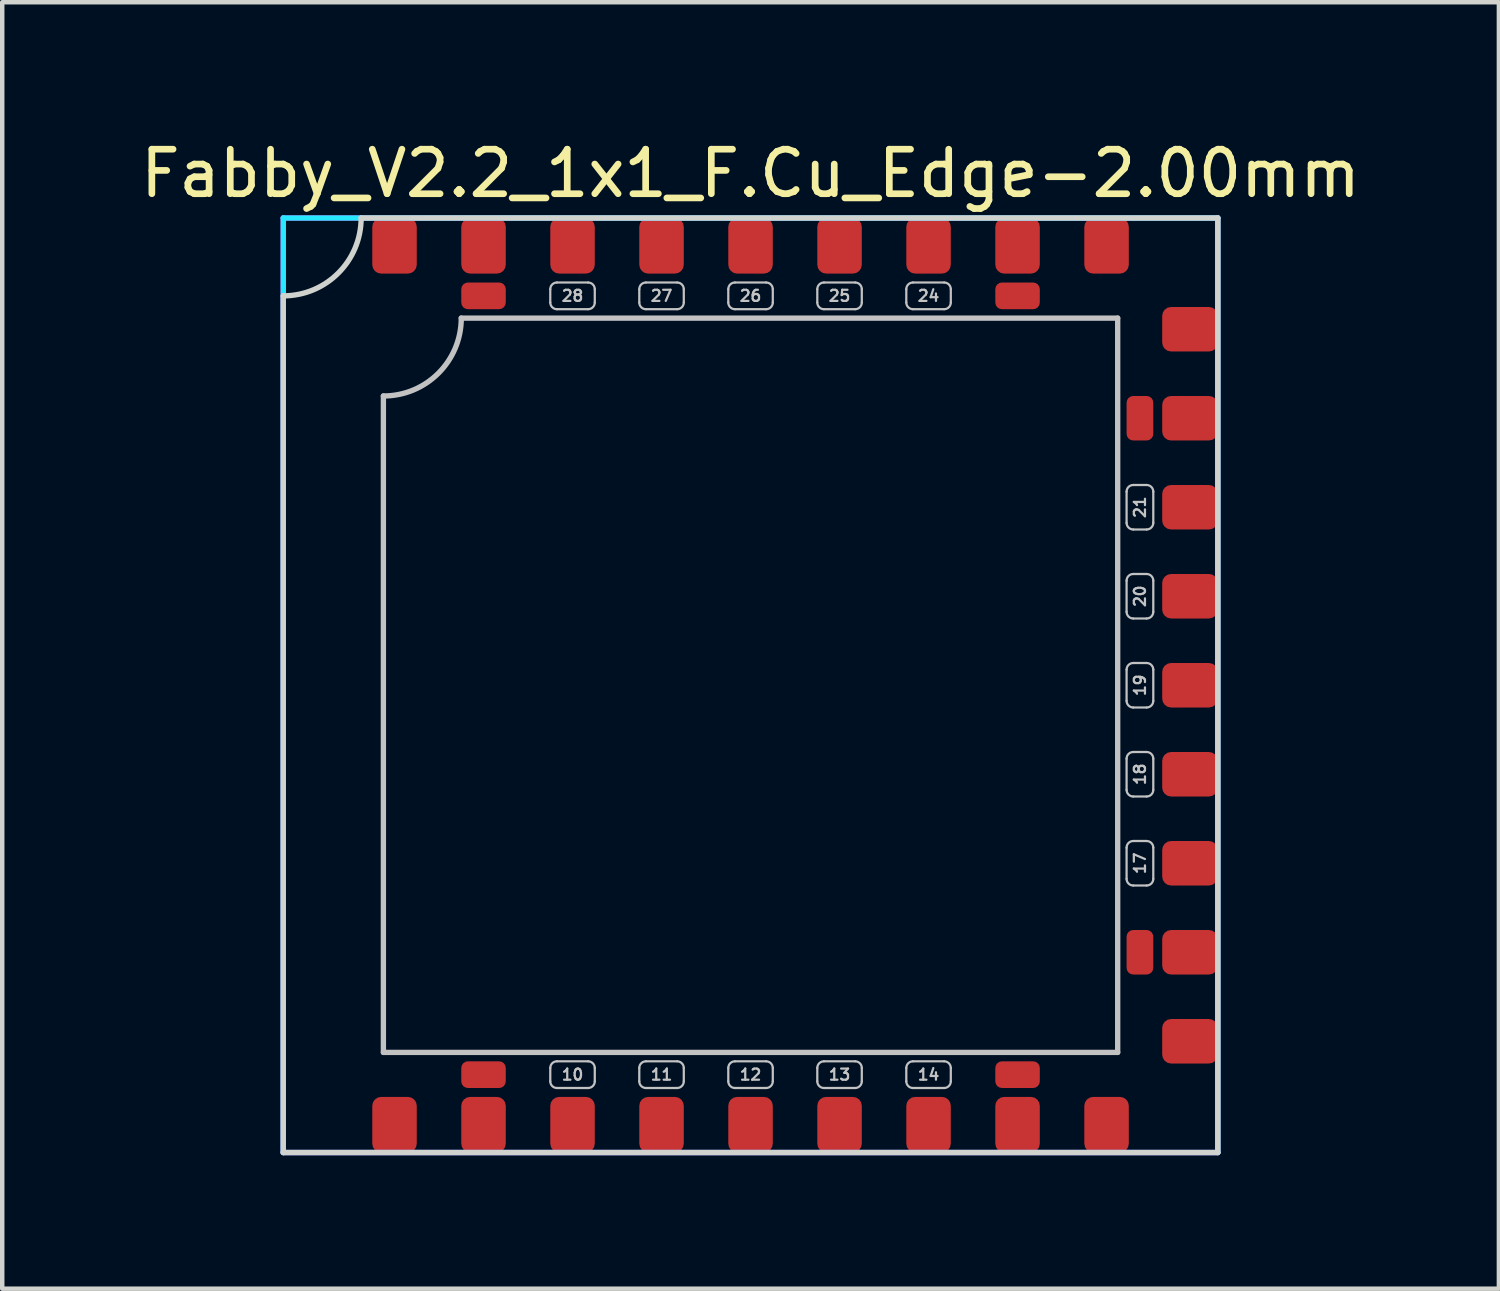
<source format=kicad_pcb>
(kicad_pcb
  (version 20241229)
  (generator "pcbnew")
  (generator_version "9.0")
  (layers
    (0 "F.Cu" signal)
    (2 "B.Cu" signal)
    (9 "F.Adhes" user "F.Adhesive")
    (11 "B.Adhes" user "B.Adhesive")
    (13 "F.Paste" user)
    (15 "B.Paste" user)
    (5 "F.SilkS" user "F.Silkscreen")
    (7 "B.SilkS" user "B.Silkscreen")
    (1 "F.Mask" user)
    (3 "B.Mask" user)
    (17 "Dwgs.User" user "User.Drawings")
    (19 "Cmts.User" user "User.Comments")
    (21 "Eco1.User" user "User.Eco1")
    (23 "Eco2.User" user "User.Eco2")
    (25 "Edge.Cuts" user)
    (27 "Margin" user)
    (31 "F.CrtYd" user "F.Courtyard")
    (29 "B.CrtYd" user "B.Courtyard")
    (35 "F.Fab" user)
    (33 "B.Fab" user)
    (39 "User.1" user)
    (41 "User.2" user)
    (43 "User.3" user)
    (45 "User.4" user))
  (footprint "Fabby_V2.2_1x1_F.Cu_Edge-2.00mm"
    (layer "F.Cu")
    (at 13.815 12.348)
    (property "Reference" "Fabby_V2.2_1x1_F.Cu_Edge-2.00mm" (at 0 -11.5 0) (layer "F.SilkS") (effects (font (size 1 1) (thickness 0.15))))
    (attr through_hole)
    (fp_line (start -8.25 8.25) (end -8.25 -6.5) (stroke (width 0.12) (type solid)) (layer "Dwgs.User"))
    (fp_line (start -6.5 -8.25) (end 8.25 -8.25) (stroke (width 0.12) (type solid)) (layer "Dwgs.User"))
    (fp_line (start -4.5 -8.9) (end -4.5 -8.6) (stroke (width 0.05) (type solid)) (layer "Dwgs.User"))
    (fp_line (start -4.5 8.6) (end -4.5 8.9) (stroke (width 0.05) (type solid)) (layer "Dwgs.User"))
    (fp_line (start -4.35 -9.05) (end -3.65 -9.05) (stroke (width 0.05) (type solid)) (layer "Dwgs.User"))
    (fp_line (start -4.35 -8.45) (end -3.65 -8.45) (stroke (width 0.05) (type solid)) (layer "Dwgs.User"))
    (fp_line (start -4.35 8.45) (end -3.65 8.45) (stroke (width 0.05) (type solid)) (layer "Dwgs.User"))
    (fp_line (start -4.35 9.05) (end -3.65 9.05) (stroke (width 0.05) (type solid)) (layer "Dwgs.User"))
    (fp_line (start -3.5 -8.9) (end -3.5 -8.6) (stroke (width 0.05) (type solid)) (layer "Dwgs.User"))
    (fp_line (start -3.5 8.6) (end -3.5 8.9) (stroke (width 0.05) (type solid)) (layer "Dwgs.User"))
    (fp_line (start -2.5 -8.9) (end -2.5 -8.6) (stroke (width 0.05) (type solid)) (layer "Dwgs.User"))
    (fp_line (start -2.5 8.6) (end -2.5 8.9) (stroke (width 0.05) (type solid)) (layer "Dwgs.User"))
    (fp_line (start -2.35 -9.05) (end -1.65 -9.05) (stroke (width 0.05) (type solid)) (layer "Dwgs.User"))
    (fp_line (start -2.35 -8.45) (end -1.65 -8.45) (stroke (width 0.05) (type solid)) (layer "Dwgs.User"))
    (fp_line (start -2.35 8.45) (end -1.65 8.45) (stroke (width 0.05) (type solid)) (layer "Dwgs.User"))
    (fp_line (start -2.35 9.05) (end -1.65 9.05) (stroke (width 0.05) (type solid)) (layer "Dwgs.User"))
    (fp_line (start -1.5 -8.9) (end -1.5 -8.6) (stroke (width 0.05) (type solid)) (layer "Dwgs.User"))
    (fp_line (start -1.5 8.6) (end -1.5 8.9) (stroke (width 0.05) (type solid)) (layer "Dwgs.User"))
    (fp_line (start -0.5 -8.9) (end -0.5 -8.6) (stroke (width 0.05) (type solid)) (layer "Dwgs.User"))
    (fp_line (start -0.5 8.6) (end -0.5 8.9) (stroke (width 0.05) (type solid)) (layer "Dwgs.User"))
    (fp_line (start -0.35 -9.05) (end 0.35 -9.05) (stroke (width 0.05) (type solid)) (layer "Dwgs.User"))
    (fp_line (start -0.35 -8.45) (end 0.35 -8.45) (stroke (width 0.05) (type solid)) (layer "Dwgs.User"))
    (fp_line (start -0.35 8.45) (end 0.35 8.45) (stroke (width 0.05) (type solid)) (layer "Dwgs.User"))
    (fp_line (start -0.35 9.05) (end 0.35 9.05) (stroke (width 0.05) (type solid)) (layer "Dwgs.User"))
    (fp_line (start 0.5 -8.9) (end 0.5 -8.6) (stroke (width 0.05) (type solid)) (layer "Dwgs.User"))
    (fp_line (start 0.5 8.6) (end 0.5 8.9) (stroke (width 0.05) (type solid)) (layer "Dwgs.User"))
    (fp_line (start 1.5 -8.9) (end 1.5 -8.6) (stroke (width 0.05) (type solid)) (layer "Dwgs.User"))
    (fp_line (start 1.5 8.6) (end 1.5 8.9) (stroke (width 0.05) (type solid)) (layer "Dwgs.User"))
    (fp_line (start 1.65 -9.05) (end 2.35 -9.05) (stroke (width 0.05) (type solid)) (layer "Dwgs.User"))
    (fp_line (start 1.65 -8.45) (end 2.35 -8.45) (stroke (width 0.05) (type solid)) (layer "Dwgs.User"))
    (fp_line (start 1.65 8.45) (end 2.35 8.45) (stroke (width 0.05) (type solid)) (layer "Dwgs.User"))
    (fp_line (start 1.65 9.05) (end 2.35 9.05) (stroke (width 0.05) (type solid)) (layer "Dwgs.User"))
    (fp_line (start 2.5 -8.9) (end 2.5 -8.6) (stroke (width 0.05) (type solid)) (layer "Dwgs.User"))
    (fp_line (start 2.5 8.6) (end 2.5 8.9) (stroke (width 0.05) (type solid)) (layer "Dwgs.User"))
    (fp_line (start 3.5 -8.9) (end 3.5 -8.6) (stroke (width 0.05) (type solid)) (layer "Dwgs.User"))
    (fp_line (start 3.5 8.6) (end 3.5 8.9) (stroke (width 0.05) (type solid)) (layer "Dwgs.User"))
    (fp_line (start 3.65 -9.05) (end 4.35 -9.05) (stroke (width 0.05) (type solid)) (layer "Dwgs.User"))
    (fp_line (start 3.65 -8.45) (end 4.35 -8.45) (stroke (width 0.05) (type solid)) (layer "Dwgs.User"))
    (fp_line (start 3.65 8.45) (end 4.35 8.45) (stroke (width 0.05) (type solid)) (layer "Dwgs.User"))
    (fp_line (start 3.65 9.05) (end 4.35 9.05) (stroke (width 0.05) (type solid)) (layer "Dwgs.User"))
    (fp_line (start 4.5 -8.9) (end 4.5 -8.6) (stroke (width 0.05) (type solid)) (layer "Dwgs.User"))
    (fp_line (start 4.5 8.6) (end 4.5 8.9) (stroke (width 0.05) (type solid)) (layer "Dwgs.User"))
    (fp_line (start 8.25 -8.25) (end 8.25 8.25) (stroke (width 0.12) (type solid)) (layer "Dwgs.User"))
    (fp_line (start 8.25 8.25) (end -8.25 8.25) (stroke (width 0.12) (type solid)) (layer "Dwgs.User"))
    (fp_line (start 8.45 -4.35) (end 8.45 -3.65) (stroke (width 0.05) (type solid)) (layer "Dwgs.User"))
    (fp_line (start 8.45 -2.35) (end 8.45 -1.65) (stroke (width 0.05) (type solid)) (layer "Dwgs.User"))
    (fp_line (start 8.45 -0.35) (end 8.45 0.35) (stroke (width 0.05) (type solid)) (layer "Dwgs.User"))
    (fp_line (start 8.45 1.65) (end 8.45 2.35) (stroke (width 0.05) (type solid)) (layer "Dwgs.User"))
    (fp_line (start 8.45 3.65) (end 8.45 4.35) (stroke (width 0.05) (type solid)) (layer "Dwgs.User"))
    (fp_line (start 8.9 -4.5) (end 8.6 -4.5) (stroke (width 0.05) (type solid)) (layer "Dwgs.User"))
    (fp_line (start 8.9 -3.5) (end 8.6 -3.5) (stroke (width 0.05) (type solid)) (layer "Dwgs.User"))
    (fp_line (start 8.9 -2.5) (end 8.6 -2.5) (stroke (width 0.05) (type solid)) (layer "Dwgs.User"))
    (fp_line (start 8.9 -1.5) (end 8.6 -1.5) (stroke (width 0.05) (type solid)) (layer "Dwgs.User"))
    (fp_line (start 8.9 -0.5) (end 8.6 -0.5) (stroke (width 0.05) (type solid)) (layer "Dwgs.User"))
    (fp_line (start 8.9 0.5) (end 8.6 0.5) (stroke (width 0.05) (type solid)) (layer "Dwgs.User"))
    (fp_line (start 8.9 1.5) (end 8.6 1.5) (stroke (width 0.05) (type solid)) (layer "Dwgs.User"))
    (fp_line (start 8.9 2.5) (end 8.6 2.5) (stroke (width 0.05) (type solid)) (layer "Dwgs.User"))
    (fp_line (start 8.9 3.5) (end 8.6 3.5) (stroke (width 0.05) (type solid)) (layer "Dwgs.User"))
    (fp_line (start 8.9 4.5) (end 8.6 4.5) (stroke (width 0.05) (type solid)) (layer "Dwgs.User"))
    (fp_line (start 9.05 -4.35) (end 9.05 -3.65) (stroke (width 0.05) (type solid)) (layer "Dwgs.User"))
    (fp_line (start 9.05 -2.35) (end 9.05 -1.65) (stroke (width 0.05) (type solid)) (layer "Dwgs.User"))
    (fp_line (start 9.05 -0.35) (end 9.05 0.35) (stroke (width 0.05) (type solid)) (layer "Dwgs.User"))
    (fp_line (start 9.05 1.65) (end 9.05 2.35) (stroke (width 0.05) (type solid)) (layer "Dwgs.User"))
    (fp_line (start 9.05 3.65) (end 9.05 4.35) (stroke (width 0.05) (type solid)) (layer "Dwgs.User"))
    (fp_arc (start -6.5 -8.25) (mid -7.012563 -7.012563) (end -8.25 -6.5) (stroke (width 0.12) (type solid)) (layer "Dwgs.User"))
    (fp_arc (start -4.5 -8.9) (mid -4.456066 -9.006066) (end -4.35 -9.05) (stroke (width 0.05) (type solid)) (layer "Dwgs.User"))
    (fp_arc (start -4.5 8.6) (mid -4.456066 8.493934) (end -4.35 8.45) (stroke (width 0.05) (type solid)) (layer "Dwgs.User"))
    (fp_arc (start -4.35 -8.45) (mid -4.456066 -8.493934) (end -4.5 -8.6) (stroke (width 0.05) (type solid)) (layer "Dwgs.User"))
    (fp_arc (start -4.35 9.05) (mid -4.456066 9.006066) (end -4.5 8.9) (stroke (width 0.05) (type solid)) (layer "Dwgs.User"))
    (fp_arc (start -3.65 -9.05) (mid -3.543934 -9.006066) (end -3.5 -8.9) (stroke (width 0.05) (type solid)) (layer "Dwgs.User"))
    (fp_arc (start -3.65 8.45) (mid -3.543934 8.493934) (end -3.5 8.6) (stroke (width 0.05) (type solid)) (layer "Dwgs.User"))
    (fp_arc (start -3.5 -8.6) (mid -3.543934 -8.493934) (end -3.65 -8.45) (stroke (width 0.05) (type solid)) (layer "Dwgs.User"))
    (fp_arc (start -3.5 8.9) (mid -3.543934 9.006066) (end -3.65 9.05) (stroke (width 0.05) (type solid)) (layer "Dwgs.User"))
    (fp_arc (start -2.5 -8.9) (mid -2.456066 -9.006066) (end -2.35 -9.05) (stroke (width 0.05) (type solid)) (layer "Dwgs.User"))
    (fp_arc (start -2.5 8.6) (mid -2.456066 8.493934) (end -2.35 8.45) (stroke (width 0.05) (type solid)) (layer "Dwgs.User"))
    (fp_arc (start -2.35 -8.45) (mid -2.456066 -8.493934) (end -2.5 -8.6) (stroke (width 0.05) (type solid)) (layer "Dwgs.User"))
    (fp_arc (start -2.35 9.05) (mid -2.456066 9.006066) (end -2.5 8.9) (stroke (width 0.05) (type solid)) (layer "Dwgs.User"))
    (fp_arc (start -1.65 -9.05) (mid -1.543934 -9.006066) (end -1.5 -8.9) (stroke (width 0.05) (type solid)) (layer "Dwgs.User"))
    (fp_arc (start -1.65 8.45) (mid -1.543934 8.493934) (end -1.5 8.6) (stroke (width 0.05) (type solid)) (layer "Dwgs.User"))
    (fp_arc (start -1.5 -8.6) (mid -1.543934 -8.493934) (end -1.65 -8.45) (stroke (width 0.05) (type solid)) (layer "Dwgs.User"))
    (fp_arc (start -1.5 8.9) (mid -1.543934 9.006066) (end -1.65 9.05) (stroke (width 0.05) (type solid)) (layer "Dwgs.User"))
    (fp_arc (start -0.5 -8.9) (mid -0.456066 -9.006066) (end -0.35 -9.05) (stroke (width 0.05) (type solid)) (layer "Dwgs.User"))
    (fp_arc (start -0.5 8.6) (mid -0.456066 8.493934) (end -0.35 8.45) (stroke (width 0.05) (type solid)) (layer "Dwgs.User"))
    (fp_arc (start -0.35 -8.45) (mid -0.456066 -8.493934) (end -0.5 -8.6) (stroke (width 0.05) (type solid)) (layer "Dwgs.User"))
    (fp_arc (start -0.35 9.05) (mid -0.456066 9.006066) (end -0.5 8.9) (stroke (width 0.05) (type solid)) (layer "Dwgs.User"))
    (fp_arc (start 0.35 -9.05) (mid 0.456066 -9.006066) (end 0.5 -8.9) (stroke (width 0.05) (type solid)) (layer "Dwgs.User"))
    (fp_arc (start 0.35 8.45) (mid 0.456066 8.493934) (end 0.5 8.6) (stroke (width 0.05) (type solid)) (layer "Dwgs.User"))
    (fp_arc (start 0.5 -8.6) (mid 0.456066 -8.493934) (end 0.35 -8.45) (stroke (width 0.05) (type solid)) (layer "Dwgs.User"))
    (fp_arc (start 0.5 8.9) (mid 0.456066 9.006066) (end 0.35 9.05) (stroke (width 0.05) (type solid)) (layer "Dwgs.User"))
    (fp_arc (start 1.5 -8.9) (mid 1.543934 -9.006066) (end 1.65 -9.05) (stroke (width 0.05) (type solid)) (layer "Dwgs.User"))
    (fp_arc (start 1.5 8.6) (mid 1.543934 8.493934) (end 1.65 8.45) (stroke (width 0.05) (type solid)) (layer "Dwgs.User"))
    (fp_arc (start 1.65 -8.45) (mid 1.543934 -8.493934) (end 1.5 -8.6) (stroke (width 0.05) (type solid)) (layer "Dwgs.User"))
    (fp_arc (start 1.65 9.05) (mid 1.543934 9.006066) (end 1.5 8.9) (stroke (width 0.05) (type solid)) (layer "Dwgs.User"))
    (fp_arc (start 2.35 -9.05) (mid 2.456066 -9.006066) (end 2.5 -8.9) (stroke (width 0.05) (type solid)) (layer "Dwgs.User"))
    (fp_arc (start 2.35 8.45) (mid 2.456066 8.493934) (end 2.5 8.6) (stroke (width 0.05) (type solid)) (layer "Dwgs.User"))
    (fp_arc (start 2.5 -8.6) (mid 2.456066 -8.493934) (end 2.35 -8.45) (stroke (width 0.05) (type solid)) (layer "Dwgs.User"))
    (fp_arc (start 2.5 8.9) (mid 2.456066 9.006066) (end 2.35 9.05) (stroke (width 0.05) (type solid)) (layer "Dwgs.User"))
    (fp_arc (start 3.5 -8.9) (mid 3.543934 -9.006066) (end 3.65 -9.05) (stroke (width 0.05) (type solid)) (layer "Dwgs.User"))
    (fp_arc (start 3.5 8.6) (mid 3.543934 8.493934) (end 3.65 8.45) (stroke (width 0.05) (type solid)) (layer "Dwgs.User"))
    (fp_arc (start 3.65 -8.45) (mid 3.543934 -8.493934) (end 3.5 -8.6) (stroke (width 0.05) (type solid)) (layer "Dwgs.User"))
    (fp_arc (start 3.65 9.05) (mid 3.543934 9.006066) (end 3.5 8.9) (stroke (width 0.05) (type solid)) (layer "Dwgs.User"))
    (fp_arc (start 4.35 -9.05) (mid 4.456066 -9.006066) (end 4.5 -8.9) (stroke (width 0.05) (type solid)) (layer "Dwgs.User"))
    (fp_arc (start 4.35 8.45) (mid 4.456066 8.493934) (end 4.5 8.6) (stroke (width 0.05) (type solid)) (layer "Dwgs.User"))
    (fp_arc (start 4.5 -8.6) (mid 4.456066 -8.493934) (end 4.35 -8.45) (stroke (width 0.05) (type solid)) (layer "Dwgs.User"))
    (fp_arc (start 4.5 8.9) (mid 4.456066 9.006066) (end 4.35 9.05) (stroke (width 0.05) (type solid)) (layer "Dwgs.User"))
    (fp_arc (start 8.45 -4.35) (mid 8.493934 -4.456066) (end 8.6 -4.5) (stroke (width 0.05) (type solid)) (layer "Dwgs.User"))
    (fp_arc (start 8.45 -2.35) (mid 8.493934 -2.456066) (end 8.6 -2.5) (stroke (width 0.05) (type solid)) (layer "Dwgs.User"))
    (fp_arc (start 8.45 -0.35) (mid 8.493934 -0.456066) (end 8.6 -0.5) (stroke (width 0.05) (type solid)) (layer "Dwgs.User"))
    (fp_arc (start 8.45 1.65) (mid 8.493934 1.543934) (end 8.6 1.5) (stroke (width 0.05) (type solid)) (layer "Dwgs.User"))
    (fp_arc (start 8.45 3.65) (mid 8.493934 3.543934) (end 8.6 3.5) (stroke (width 0.05) (type solid)) (layer "Dwgs.User"))
    (fp_arc (start 8.6 -3.5) (mid 8.493934 -3.543934) (end 8.45 -3.65) (stroke (width 0.05) (type solid)) (layer "Dwgs.User"))
    (fp_arc (start 8.6 -1.5) (mid 8.493934 -1.543934) (end 8.45 -1.65) (stroke (width 0.05) (type solid)) (layer "Dwgs.User"))
    (fp_arc (start 8.6 0.5) (mid 8.493934 0.456066) (end 8.45 0.35) (stroke (width 0.05) (type solid)) (layer "Dwgs.User"))
    (fp_arc (start 8.6 2.5) (mid 8.493934 2.456066) (end 8.45 2.35) (stroke (width 0.05) (type solid)) (layer "Dwgs.User"))
    (fp_arc (start 8.6 4.5) (mid 8.493934 4.456066) (end 8.45 4.35) (stroke (width 0.05) (type solid)) (layer "Dwgs.User"))
    (fp_arc (start 8.9 -4.5) (mid 9.006066 -4.456066) (end 9.05 -4.35) (stroke (width 0.05) (type solid)) (layer "Dwgs.User"))
    (fp_arc (start 8.9 -2.5) (mid 9.006066 -2.456066) (end 9.05 -2.35) (stroke (width 0.05) (type solid)) (layer "Dwgs.User"))
    (fp_arc (start 8.9 -0.5) (mid 9.006066 -0.456066) (end 9.05 -0.35) (stroke (width 0.05) (type solid)) (layer "Dwgs.User"))
    (fp_arc (start 8.9 1.5) (mid 9.006066 1.543934) (end 9.05 1.65) (stroke (width 0.05) (type solid)) (layer "Dwgs.User"))
    (fp_arc (start 8.9 3.5) (mid 9.006066 3.543934) (end 9.05 3.65) (stroke (width 0.05) (type solid)) (layer "Dwgs.User"))
    (fp_arc (start 9.05 -3.65) (mid 9.006066 -3.543934) (end 8.9 -3.5) (stroke (width 0.05) (type solid)) (layer "Dwgs.User"))
    (fp_arc (start 9.05 -1.65) (mid 9.006066 -1.543934) (end 8.9 -1.5) (stroke (width 0.05) (type solid)) (layer "Dwgs.User"))
    (fp_arc (start 9.05 0.35) (mid 9.006066 0.456066) (end 8.9 0.5) (stroke (width 0.05) (type solid)) (layer "Dwgs.User"))
    (fp_arc (start 9.05 2.35) (mid 9.006066 2.456066) (end 8.9 2.5) (stroke (width 0.05) (type solid)) (layer "Dwgs.User"))
    (fp_arc (start 9.05 4.35) (mid 9.006066 4.456066) (end 8.9 4.5) (stroke (width 0.05) (type solid)) (layer "Dwgs.User"))
    (fp_line (start -10.5 -8.75) (end -10.5 10.5) (stroke (width 0.12) (type solid)) (layer "Edge.Cuts"))
    (fp_line (start -10.5 10.5) (end 10.5 10.5) (stroke (width 0.12) (type solid)) (layer "Edge.Cuts"))
    (fp_line (start -8.75 -10.5) (end 10.5 -10.5) (stroke (width 0.12) (type solid)) (layer "Edge.Cuts"))
    (fp_line (start 10.5 -10.5) (end 10.5 10.5) (stroke (width 0.12) (type solid)) (layer "Edge.Cuts"))
    (fp_arc (start -8.75 -10.5) (mid -9.262563 -9.262563) (end -10.5 -8.75) (stroke (width 0.12) (type solid)) (layer "Edge.Cuts"))
    (fp_line (start -10.5 -10.5) (end 10.5 -10.5) (stroke (width 0.12) (type solid)) (layer "B.CrtYd"))
    (fp_line (start -10.5 10.5) (end -10.5 -10.5) (stroke (width 0.12) (type solid)) (layer "B.CrtYd"))
    (fp_line (start -10.5 10.5) (end 10.5 10.5) (stroke (width 0.12) (type solid)) (layer "B.CrtYd"))
    (fp_line (start 10.5 10.5) (end 10.5 -10.5) (stroke (width 0.12) (type solid)) (layer "B.CrtYd"))
    (fp_line (start -10.5 -10.5) (end 10.5 -10.5) (stroke (width 0.12) (type solid)) (layer "F.CrtYd"))
    (fp_line (start -10.5 10.5) (end -10.5 -10.5) (stroke (width 0.12) (type solid)) (layer "F.CrtYd"))
    (fp_line (start -10.5 10.5) (end 10.5 10.5) (stroke (width 0.12) (type solid)) (layer "F.CrtYd"))
    (fp_line (start 10.5 10.5) (end 10.5 -10.5) (stroke (width 0.12) (type solid)) (layer "F.CrtYd"))
    (fp_text user "24" (at 4 -8.75 0) (layer "Dwgs.User") (effects (font (size 0.25 0.25) (thickness 0.05))))
    (fp_text user "12" (at 0 8.75 0) (layer "Dwgs.User") (effects (font (size 0.25 0.25) (thickness 0.05))))
    (fp_text user "18" (at 8.75 2 270) (layer "Dwgs.User") (effects (font (size 0.25 0.25) (thickness 0.05))))
    (fp_text user "21" (at 8.75 -4 270) (layer "Dwgs.User") (effects (font (size 0.25 0.25) (thickness 0.05))))
    (fp_text user "14" (at 4 8.75 0) (layer "Dwgs.User") (effects (font (size 0.25 0.25) (thickness 0.05))))
    (fp_text user "10" (at -4 8.75 0) (layer "Dwgs.User") (effects (font (size 0.25 0.25) (thickness 0.05))))
    (fp_text user "26" (at 0 -8.75 0) (layer "Dwgs.User") (effects (font (size 0.25 0.25) (thickness 0.05))))
    (fp_text user "11" (at -2 8.75 0) (layer "Dwgs.User") (effects (font (size 0.25 0.25) (thickness 0.05))))
    (fp_text user "27" (at -2 -8.75 0) (layer "Dwgs.User") (effects (font (size 0.25 0.25) (thickness 0.05))))
    (fp_text user "28" (at -4 -8.75 0) (layer "Dwgs.User") (effects (font (size 0.25 0.25) (thickness 0.05))))
    (fp_text user "13" (at 2 8.75 0) (layer "Dwgs.User") (effects (font (size 0.25 0.25) (thickness 0.05))))
    (fp_text user "17" (at 8.75 4 270) (layer "Dwgs.User") (effects (font (size 0.25 0.25) (thickness 0.05))))
    (fp_text user "19" (at 8.75 0 270) (layer "Dwgs.User") (effects (font (size 0.25 0.25) (thickness 0.05))))
    (fp_text user "20" (at 8.75 -2 270) (layer "Dwgs.User") (effects (font (size 0.25 0.25) (thickness 0.05))))
    (fp_text user "25" (at 2 -8.75 0) (layer "Dwgs.User") (effects (font (size 0.25 0.25) (thickness 0.05))))
    (pad "" smd roundrect (at -6 -10) (size 1 1.25) (drill (offset 0 0.125)) (layers "F.Cu" "F.Mask" "F.Paste") (roundrect_rratio 0.2))
    (pad "" smd roundrect (at -6 10 180) (size 1 1.25) (drill (offset 0 0.125)) (layers "F.Cu" "F.Mask" "F.Paste") (roundrect_rratio 0.2))
    (pad "" smd roundrect (at 6 -10) (size 1 1.25) (drill (offset 0 0.125)) (layers "F.Cu" "F.Mask" "F.Paste") (roundrect_rratio 0.2))
    (pad "" smd roundrect (at 6 10 180) (size 1 1.25) (drill (offset 0 0.125)) (layers "F.Cu" "F.Mask" "F.Paste") (roundrect_rratio 0.2))
    (pad "" smd roundrect (at 10 -6 270) (size 1 1.25) (drill (offset 0 0.125)) (layers "F.Cu" "F.Mask" "F.Paste") (roundrect_rratio 0.2))
    (pad "" smd roundrect (at 10 6 270) (size 1 1.25) (drill (offset 0 0.125)) (layers "F.Cu" "F.Mask" "F.Paste") (roundrect_rratio 0.2))
    (pad "1" smd roundrect (at -8 -10) (size 1 1.25) (drill (offset 0 0.125)) (layers "F.Cu" "F.Mask" "F.Paste") (roundrect_rratio 0.2))
    (pad "1" smd roundrect (at -8 10 180) (size 1 1.25) (drill (offset 0 0.125)) (layers "F.Cu" "F.Mask" "F.Paste") (roundrect_rratio 0.2))
    (pad "1" smd roundrect (at 8 -10) (size 1 1.25) (drill (offset 0 0.125)) (layers "F.Cu" "F.Mask" "F.Paste") (roundrect_rratio 0.2))
    (pad "1" smd roundrect (at 8 10 180) (size 1 1.25) (drill (offset 0 0.125)) (layers "F.Cu" "F.Mask" "F.Paste") (roundrect_rratio 0.2))
    (pad "1" smd roundrect (at 10 -8 270) (size 1 1.25) (drill (offset 0 0.125)) (layers "F.Cu" "F.Mask" "F.Paste") (roundrect_rratio 0.2))
    (pad "1" smd roundrect (at 10 8 270) (size 1 1.25) (drill (offset 0 0.125)) (layers "F.Cu" "F.Mask" "F.Paste") (roundrect_rratio 0.2))
    (pad "9" smd roundrect (at -6 8.75 90) (size 0.6 1) (layers "F.Cu" "F.Mask" "F.Paste") (roundrect_rratio 0.25))
    (pad "10" smd roundrect (at -4 10 180) (size 1 1.25) (drill (offset 0 0.125)) (layers "F.Cu" "F.Mask" "F.Paste") (roundrect_rratio 0.2))
    (pad "11" smd roundrect (at -2 10 180) (size 1 1.25) (drill (offset 0 0.125)) (layers "F.Cu" "F.Mask" "F.Paste") (roundrect_rratio 0.2))
    (pad "12" smd roundrect (at 0 10 180) (size 1 1.25) (drill (offset 0 0.125)) (layers "F.Cu" "F.Mask" "F.Paste") (roundrect_rratio 0.2))
    (pad "13" smd roundrect (at 2 10 180) (size 1 1.25) (drill (offset 0 0.125)) (layers "F.Cu" "F.Mask" "F.Paste") (roundrect_rratio 0.2))
    (pad "14" smd roundrect (at 4 10 180) (size 1 1.25) (drill (offset 0 0.125)) (layers "F.Cu" "F.Mask" "F.Paste") (roundrect_rratio 0.2))
    (pad "15" smd roundrect (at 6 8.75 90) (size 0.6 1) (layers "F.Cu" "F.Mask" "F.Paste") (roundrect_rratio 0.25))
    (pad "16" smd roundrect (at 8.75 6 180) (size 0.6 1) (layers "F.Cu" "F.Mask" "F.Paste") (roundrect_rratio 0.25))
    (pad "17" smd roundrect (at 10 4 270) (size 1 1.25) (drill (offset 0 0.125)) (layers "F.Cu" "F.Mask" "F.Paste") (roundrect_rratio 0.2))
    (pad "18" smd roundrect (at 10 2 270) (size 1 1.25) (drill (offset 0 0.125)) (layers "F.Cu" "F.Mask" "F.Paste") (roundrect_rratio 0.2))
    (pad "19" smd roundrect (at 10 0 270) (size 1 1.25) (drill (offset 0 0.125)) (layers "F.Cu" "F.Mask" "F.Paste") (roundrect_rratio 0.2))
    (pad "20" smd roundrect (at 10 -2 270) (size 1 1.25) (drill (offset 0 0.125)) (layers "F.Cu" "F.Mask" "F.Paste") (roundrect_rratio 0.2))
    (pad "21" smd roundrect (at 10 -4 270) (size 1 1.25) (drill (offset 0 0.125)) (layers "F.Cu" "F.Mask" "F.Paste") (roundrect_rratio 0.2))
    (pad "22" smd roundrect (at 8.75 -6 180) (size 0.6 1) (layers "F.Cu" "F.Mask" "F.Paste") (roundrect_rratio 0.25))
    (pad "23" smd roundrect (at 6 -8.75 270) (size 0.6 1) (layers "F.Cu" "F.Mask" "F.Paste") (roundrect_rratio 0.25))
    (pad "24" smd roundrect (at 4 -10) (size 1 1.25) (drill (offset 0 0.125)) (layers "F.Cu" "F.Mask" "F.Paste") (roundrect_rratio 0.2))
    (pad "25" smd roundrect (at 2 -10) (size 1 1.25) (drill (offset 0 0.125)) (layers "F.Cu" "F.Mask" "F.Paste") (roundrect_rratio 0.2))
    (pad "26" smd roundrect (at 0 -10) (size 1 1.25) (drill (offset 0 0.125)) (layers "F.Cu" "F.Mask" "F.Paste") (roundrect_rratio 0.2))
    (pad "27" smd roundrect (at -2 -10) (size 1 1.25) (drill (offset 0 0.125)) (layers "F.Cu" "F.Mask" "F.Paste") (roundrect_rratio 0.2))
    (pad "28" smd roundrect (at -4 -10) (size 1 1.25) (drill (offset 0 0.125)) (layers "F.Cu" "F.Mask" "F.Paste") (roundrect_rratio 0.2))
    (pad "29" smd roundrect (at -6 -8.75 270) (size 0.6 1) (layers "F.Cu" "F.Mask" "F.Paste") (roundrect_rratio 0.25)))
  (gr_rect
    (start -3 -3)
    (end 30.631 25.908)
    (stroke (width 0.1) (type default))
    (fill no)
    (layer "Edge.Cuts")))
</source>
